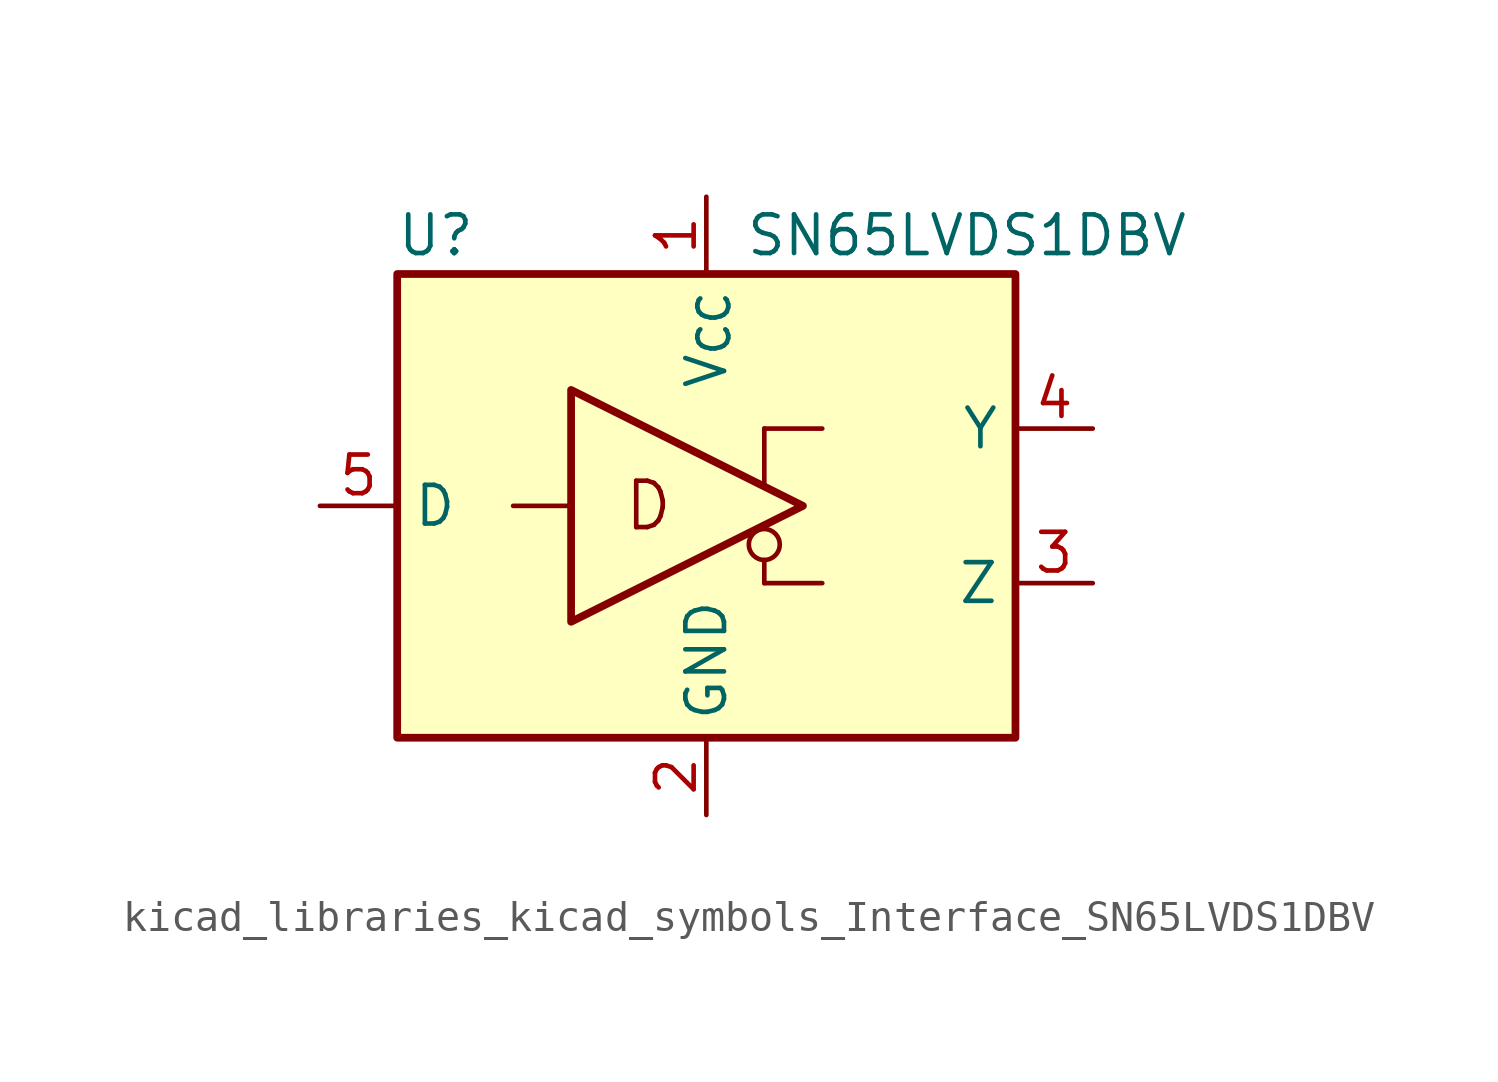
<source format=kicad_sym>
(kicad_symbol_lib
  (version 20220914)
  (generator kicad_symbol_editor)
  (symbol "kicad_libraries_kicad_symbols_Interface_SN65LVDS1DBV"
    (property "Reference" "U"
      (at -8.89 8.89 0)
      (effects (font (size 1.27 1.27))))
    (property "Value" "SN65LVDS1DBV"
      (at 1.27 8.89 0)
      (effects (font (size 1.27 1.27)) (justify left)))
    (symbol "kicad_libraries_kicad_symbols_Interface_SN65LVDS1DBV_1_0"
      (rectangle (start -10.16 7.62) (end 10.16 -7.62) (stroke (width 0.254) (type default) (color 0 0 0 0)) (fill (type background)))
      (polyline (pts (xy 1.905 -1.778) (xy 1.905 -2.54)) (stroke (width 0) (type default) (color 0 0 0 0)) (fill (type none)))
      (polyline (pts (xy 1.905 0.635) (xy 1.905 2.54)) (stroke (width 0) (type default) (color 0 0 0 0)) (fill (type none)))
      (circle (center 1.905 -1.27) (radius 0.508) (stroke (width 0) (type default) (color 0 0 0 0)) (fill (type none)))
      (text "D" (at -1.905 0 0) (effects (font (size 1.524 1.524)))))
    (symbol "kicad_libraries_kicad_symbols_Interface_SN65LVDS1DBV_1_1"
      (polyline (pts (xy -6.35 0) (xy -4.445 0)) (stroke (width 0) (type default) (color 0 0 0 0)) (fill (type none)))
      (polyline (pts (xy 1.905 -2.54) (xy 3.81 -2.54)) (stroke (width 0) (type default) (color 0 0 0 0)) (fill (type none)))
      (polyline (pts (xy 3.81 2.54) (xy 1.905 2.54)) (stroke (width 0) (type default) (color 0 0 0 0)) (fill (type none)))
      (polyline (pts (xy -4.445 -3.81) (xy -4.445 3.81) (xy 3.175 0) (xy -4.445 -3.81)) (stroke (width 0.254) (type default) (color 0 0 0 0)) (fill (type none)))
      (pin power_in line (at 0 10.16 270) (length 2.54) (name "V_{CC}" (effects (font (size 1.27 1.27)))) (number "1" (effects (font (size 1.27 1.27)))))
      (pin power_in line (at 0 -10.16 90) (length 2.54) (name "GND" (effects (font (size 1.27 1.27)))) (number "2" (effects (font (size 1.27 1.27)))))
      (pin output line (at 12.7 -2.54 180) (length 2.54) (name "Z" (effects (font (size 1.27 1.27)))) (number "3" (effects (font (size 1.27 1.27)))))
      (pin output line (at 12.7 2.54 180) (length 2.54) (name "Y" (effects (font (size 1.27 1.27)))) (number "4" (effects (font (size 1.27 1.27)))))
      (pin input line (at -12.7 0 0) (length 2.54) (name "D" (effects (font (size 1.27 1.27)))) (number "5" (effects (font (size 1.27 1.27))))))))
</source>
